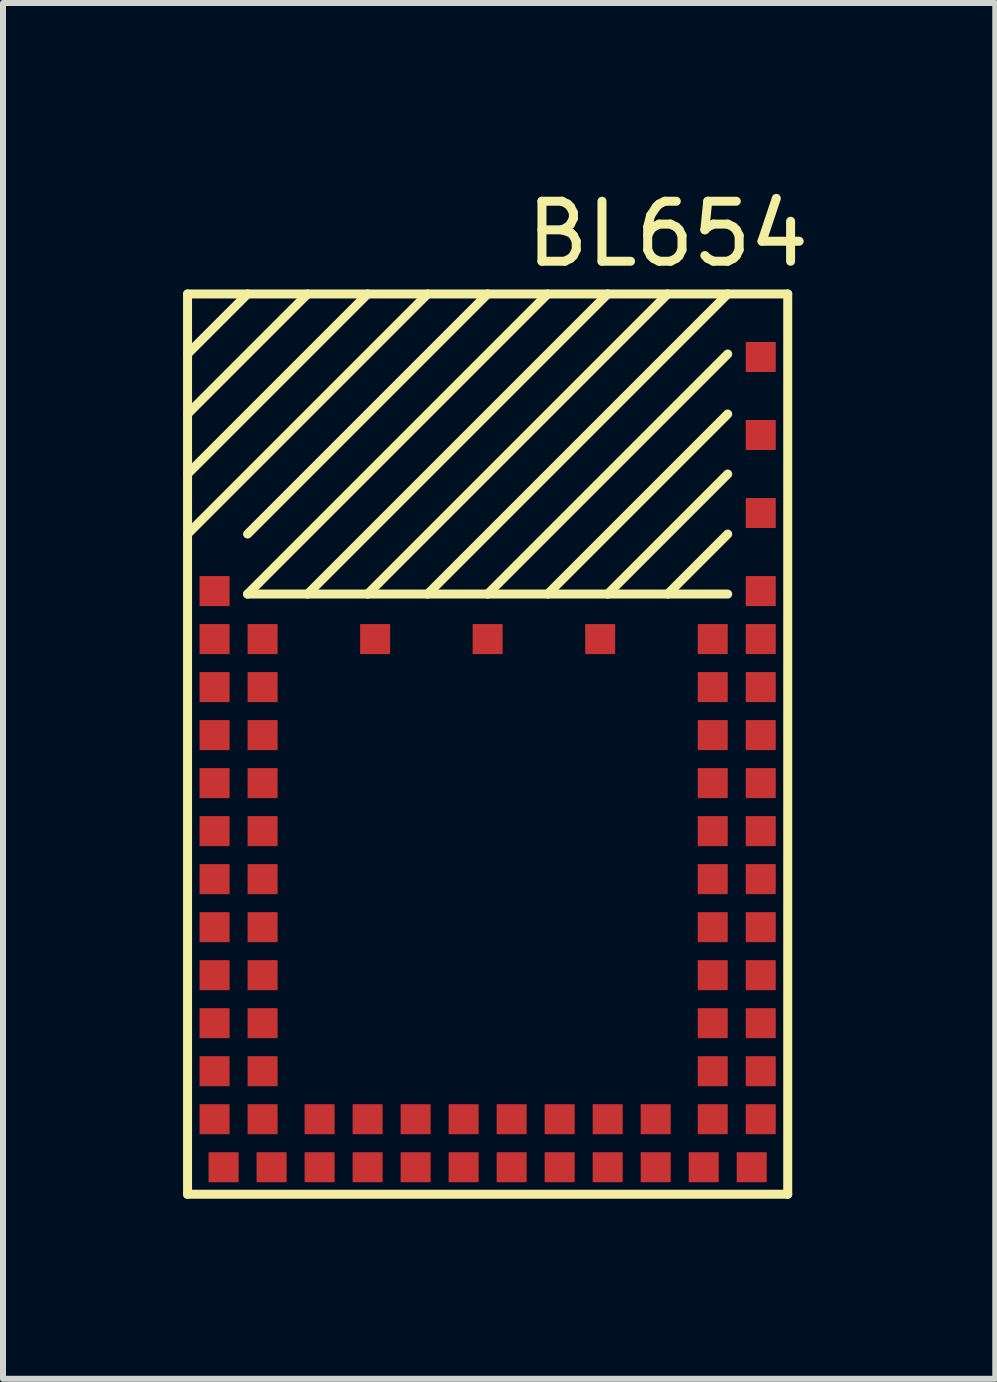
<source format=kicad_pcb>
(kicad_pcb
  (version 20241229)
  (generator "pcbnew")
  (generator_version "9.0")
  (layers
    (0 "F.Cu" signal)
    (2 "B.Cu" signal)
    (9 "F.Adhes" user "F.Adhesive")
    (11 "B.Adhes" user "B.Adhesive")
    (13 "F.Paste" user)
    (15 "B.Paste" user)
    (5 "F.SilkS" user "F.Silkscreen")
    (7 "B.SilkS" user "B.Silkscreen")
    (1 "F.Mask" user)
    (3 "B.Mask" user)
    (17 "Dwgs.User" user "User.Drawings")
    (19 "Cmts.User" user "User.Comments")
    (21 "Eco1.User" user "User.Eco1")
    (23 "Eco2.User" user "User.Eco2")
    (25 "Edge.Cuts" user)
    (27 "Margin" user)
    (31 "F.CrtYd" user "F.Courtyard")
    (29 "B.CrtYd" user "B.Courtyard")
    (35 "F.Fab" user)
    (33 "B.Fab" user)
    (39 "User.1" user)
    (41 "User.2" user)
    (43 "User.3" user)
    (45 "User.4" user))
  (footprint "BL654"
    (layer "F.Cu")
    (at 5.075 6.848)
    (property "Reference" "BL654" (at 3 -6 0) (layer "F.SilkS") (effects (font (size 1 1) (thickness 0.15))))
    (attr through_hole)
    (fp_line (start -5 -5) (end -5 10) (stroke (width 0.15) (type solid)) (layer "F.SilkS"))
    (fp_line (start -5 -4) (end -4 -5) (stroke (width 0.15) (type solid)) (layer "F.SilkS"))
    (fp_line (start -5 -3) (end -3 -5) (stroke (width 0.15) (type solid)) (layer "F.SilkS"))
    (fp_line (start -5 -2) (end -2 -5) (stroke (width 0.15) (type solid)) (layer "F.SilkS"))
    (fp_line (start -5 -1) (end -1 -5) (stroke (width 0.15) (type solid)) (layer "F.SilkS"))
    (fp_line (start -5 10) (end 5 10) (stroke (width 0.15) (type solid)) (layer "F.SilkS"))
    (fp_line (start -4 -1) (end 0 -5) (stroke (width 0.15) (type solid)) (layer "F.SilkS"))
    (fp_line (start -4 0) (end 1 -5) (stroke (width 0.15) (type solid)) (layer "F.SilkS"))
    (fp_line (start -4 0) (end 4 0) (stroke (width 0.15) (type solid)) (layer "F.SilkS"))
    (fp_line (start -3 0) (end 2 -5) (stroke (width 0.15) (type solid)) (layer "F.SilkS"))
    (fp_line (start -2 0) (end 3 -5) (stroke (width 0.15) (type solid)) (layer "F.SilkS"))
    (fp_line (start -1 0) (end 4 -5) (stroke (width 0.15) (type solid)) (layer "F.SilkS"))
    (fp_line (start 0 0) (end 4 -4) (stroke (width 0.15) (type solid)) (layer "F.SilkS"))
    (fp_line (start 1 0) (end 4 -3) (stroke (width 0.15) (type solid)) (layer "F.SilkS"))
    (fp_line (start 2 0) (end 4 -2) (stroke (width 0.15) (type solid)) (layer "F.SilkS"))
    (fp_line (start 3 0) (end 4 -1) (stroke (width 0.15) (type solid)) (layer "F.SilkS"))
    (fp_line (start 5 -5) (end -5 -5) (stroke (width 0.15) (type solid)) (layer "F.SilkS"))
    (fp_line (start 5 10) (end 5 -5) (stroke (width 0.15) (type solid)) (layer "F.SilkS"))
    (pad "0" smd rect (at 4.55 -0.05) (size 0.5 0.5) (layers "F.Cu" "F.Mask" "F.Paste"))
    (pad "1" smd rect (at 4.55 0.75) (size 0.5 0.5) (layers "F.Cu" "F.Mask" "F.Paste"))
    (pad "2" smd rect (at 3.75 0.75) (size 0.5 0.5) (layers "F.Cu" "F.Mask" "F.Paste"))
    (pad "3" smd rect (at 4.55 1.55) (size 0.5 0.5) (layers "F.Cu" "F.Mask" "F.Paste"))
    (pad "4" smd rect (at 3.75 1.55) (size 0.5 0.5) (layers "F.Cu" "F.Mask" "F.Paste"))
    (pad "5" smd rect (at 4.55 2.35) (size 0.5 0.5) (layers "F.Cu" "F.Mask" "F.Paste"))
    (pad "6" smd rect (at 3.75 2.35) (size 0.5 0.5) (layers "F.Cu" "F.Mask" "F.Paste"))
    (pad "7" smd rect (at 4.55 3.15) (size 0.5 0.5) (layers "F.Cu" "F.Mask" "F.Paste"))
    (pad "8" smd rect (at 3.75 3.15) (size 0.5 0.5) (layers "F.Cu" "F.Mask" "F.Paste"))
    (pad "9" smd rect (at 4.55 3.95) (size 0.5 0.5) (layers "F.Cu" "F.Mask" "F.Paste"))
    (pad "10" smd rect (at 3.75 3.95) (size 0.5 0.5) (layers "F.Cu" "F.Mask" "F.Paste"))
    (pad "11" smd rect (at 4.55 4.75) (size 0.5 0.5) (layers "F.Cu" "F.Mask" "F.Paste"))
    (pad "12" smd rect (at 3.75 4.75) (size 0.5 0.5) (layers "F.Cu" "F.Mask" "F.Paste"))
    (pad "13" smd rect (at 4.55 5.55) (size 0.5 0.5) (layers "F.Cu" "F.Mask" "F.Paste"))
    (pad "14" smd rect (at 3.75 5.55) (size 0.5 0.5) (layers "F.Cu" "F.Mask" "F.Paste"))
    (pad "15" smd rect (at 4.55 6.35) (size 0.5 0.5) (layers "F.Cu" "F.Mask" "F.Paste"))
    (pad "16" smd rect (at 3.75 6.35) (size 0.5 0.5) (layers "F.Cu" "F.Mask" "F.Paste"))
    (pad "17" smd rect (at 4.55 7.15) (size 0.5 0.5) (layers "F.Cu" "F.Mask" "F.Paste"))
    (pad "18" smd rect (at 3.75 7.15) (size 0.5 0.5) (layers "F.Cu" "F.Mask" "F.Paste"))
    (pad "19" smd rect (at 4.55 7.95) (size 0.5 0.5) (layers "F.Cu" "F.Mask" "F.Paste"))
    (pad "20" smd rect (at 3.75 7.95) (size 0.5 0.5) (layers "F.Cu" "F.Mask" "F.Paste"))
    (pad "21" smd rect (at 4.55 8.75) (size 0.5 0.5) (layers "F.Cu" "F.Mask" "F.Paste"))
    (pad "22" smd rect (at 3.75 8.75) (size 0.5 0.5) (layers "F.Cu" "F.Mask" "F.Paste"))
    (pad "23" smd rect (at 4.4 9.55) (size 0.5 0.5) (layers "F.Cu" "F.Mask" "F.Paste"))
    (pad "24" smd rect (at 3.6 9.55) (size 0.5 0.5) (layers "F.Cu" "F.Mask" "F.Paste"))
    (pad "25" smd rect (at 2.8 9.55) (size 0.5 0.5) (layers "F.Cu" "F.Mask" "F.Paste"))
    (pad "26" smd rect (at 2.8 8.75) (size 0.5 0.5) (layers "F.Cu" "F.Mask" "F.Paste"))
    (pad "27" smd rect (at 2 9.55) (size 0.5 0.5) (layers "F.Cu" "F.Mask" "F.Paste"))
    (pad "28" smd rect (at 2 8.75) (size 0.5 0.5) (layers "F.Cu" "F.Mask" "F.Paste"))
    (pad "29" smd rect (at 1.2 9.55) (size 0.5 0.5) (layers "F.Cu" "F.Mask" "F.Paste"))
    (pad "30" smd rect (at 1.2 8.75) (size 0.5 0.5) (layers "F.Cu" "F.Mask" "F.Paste"))
    (pad "31" smd rect (at 0.4 9.55) (size 0.5 0.5) (layers "F.Cu" "F.Mask" "F.Paste"))
    (pad "32" smd rect (at 0.4 8.75) (size 0.5 0.5) (layers "F.Cu" "F.Mask" "F.Paste"))
    (pad "33" smd rect (at -0.4 9.55) (size 0.5 0.5) (layers "F.Cu" "F.Mask" "F.Paste"))
    (pad "34" smd rect (at -0.4 8.75) (size 0.5 0.5) (layers "F.Cu" "F.Mask" "F.Paste"))
    (pad "35" smd rect (at -1.2 9.55) (size 0.5 0.5) (layers "F.Cu" "F.Mask" "F.Paste"))
    (pad "36" smd rect (at -1.2 8.75) (size 0.5 0.5) (layers "F.Cu" "F.Mask" "F.Paste"))
    (pad "37" smd rect (at -2 9.55) (size 0.5 0.5) (layers "F.Cu" "F.Mask" "F.Paste"))
    (pad "38" smd rect (at -2 8.75) (size 0.5 0.5) (layers "F.Cu" "F.Mask" "F.Paste"))
    (pad "39" smd rect (at -2.8 9.55) (size 0.5 0.5) (layers "F.Cu" "F.Mask" "F.Paste"))
    (pad "40" smd rect (at -2.8 8.75) (size 0.5 0.5) (layers "F.Cu" "F.Mask" "F.Paste"))
    (pad "41" smd rect (at -3.6 9.55) (size 0.5 0.5) (layers "F.Cu" "F.Mask" "F.Paste"))
    (pad "42" smd rect (at -4.4 9.55) (size 0.5 0.5) (layers "F.Cu" "F.Mask" "F.Paste"))
    (pad "43" smd rect (at -4.55 8.75) (size 0.5 0.5) (layers "F.Cu" "F.Mask" "F.Paste"))
    (pad "44" smd rect (at -3.75 8.75) (size 0.5 0.5) (layers "F.Cu" "F.Mask" "F.Paste"))
    (pad "45" smd rect (at -4.55 7.95) (size 0.5 0.5) (layers "F.Cu" "F.Mask" "F.Paste"))
    (pad "46" smd rect (at -3.75 7.95) (size 0.5 0.5) (layers "F.Cu" "F.Mask" "F.Paste"))
    (pad "47" smd rect (at -4.55 7.15) (size 0.5 0.5) (layers "F.Cu" "F.Mask" "F.Paste"))
    (pad "48" smd rect (at -3.75 7.15) (size 0.5 0.5) (layers "F.Cu" "F.Mask" "F.Paste"))
    (pad "49" smd rect (at -4.55 6.35) (size 0.5 0.5) (layers "F.Cu" "F.Mask" "F.Paste"))
    (pad "50" smd rect (at -3.75 6.35) (size 0.5 0.5) (layers "F.Cu" "F.Mask" "F.Paste"))
    (pad "51" smd rect (at -4.55 5.55) (size 0.5 0.5) (layers "F.Cu" "F.Mask" "F.Paste"))
    (pad "52" smd rect (at -3.75 5.55) (size 0.5 0.5) (layers "F.Cu" "F.Mask" "F.Paste"))
    (pad "53" smd rect (at -4.55 4.75) (size 0.5 0.5) (layers "F.Cu" "F.Mask" "F.Paste"))
    (pad "54" smd rect (at -3.75 4.75) (size 0.5 0.5) (layers "F.Cu" "F.Mask" "F.Paste"))
    (pad "55" smd rect (at -4.55 3.95) (size 0.5 0.5) (layers "F.Cu" "F.Mask" "F.Paste"))
    (pad "56" smd rect (at -3.75 3.95) (size 0.5 0.5) (layers "F.Cu" "F.Mask" "F.Paste"))
    (pad "57" smd rect (at -4.55 3.15) (size 0.5 0.5) (layers "F.Cu" "F.Mask" "F.Paste"))
    (pad "58" smd rect (at -3.75 3.15) (size 0.5 0.5) (layers "F.Cu" "F.Mask" "F.Paste"))
    (pad "59" smd rect (at -4.55 2.35) (size 0.5 0.5) (layers "F.Cu" "F.Mask" "F.Paste"))
    (pad "60" smd rect (at -3.75 2.35) (size 0.5 0.5) (layers "F.Cu" "F.Mask" "F.Paste"))
    (pad "61" smd rect (at -4.55 1.55) (size 0.5 0.5) (layers "F.Cu" "F.Mask" "F.Paste"))
    (pad "62" smd rect (at -3.75 1.55) (size 0.5 0.5) (layers "F.Cu" "F.Mask" "F.Paste"))
    (pad "63" smd rect (at -4.55 0.75) (size 0.5 0.5) (layers "F.Cu" "F.Mask" "F.Paste"))
    (pad "64" smd rect (at -3.75 0.75) (size 0.5 0.5) (layers "F.Cu" "F.Mask" "F.Paste"))
    (pad "65" smd rect (at -4.55 -0.05) (size 0.5 0.5) (layers "F.Cu" "F.Mask" "F.Paste"))
    (pad "66" smd rect (at 4.55 -1.35) (size 0.5 0.5) (layers "F.Cu" "F.Mask" "F.Paste"))
    (pad "67" smd rect (at 4.55 -2.65) (size 0.5 0.5) (layers "F.Cu" "F.Mask" "F.Paste"))
    (pad "68" smd rect (at 4.55 -3.95) (size 0.5 0.5) (layers "F.Cu" "F.Mask" "F.Paste"))
    (pad "69" smd rect (at 1.875 0.75) (size 0.5 0.5) (layers "F.Cu" "F.Mask" "F.Paste"))
    (pad "70" smd rect (at 0 0.75) (size 0.5 0.5) (layers "F.Cu" "F.Mask" "F.Paste"))
    (pad "71" smd rect (at -1.875 0.75) (size 0.5 0.5) (layers "F.Cu" "F.Mask" "F.Paste")))
  (gr_rect
    (start -3 -3)
    (end 13.533 19.923)
    (stroke (width 0.1) (type default))
    (fill no)
    (layer "Edge.Cuts")))
</source>
